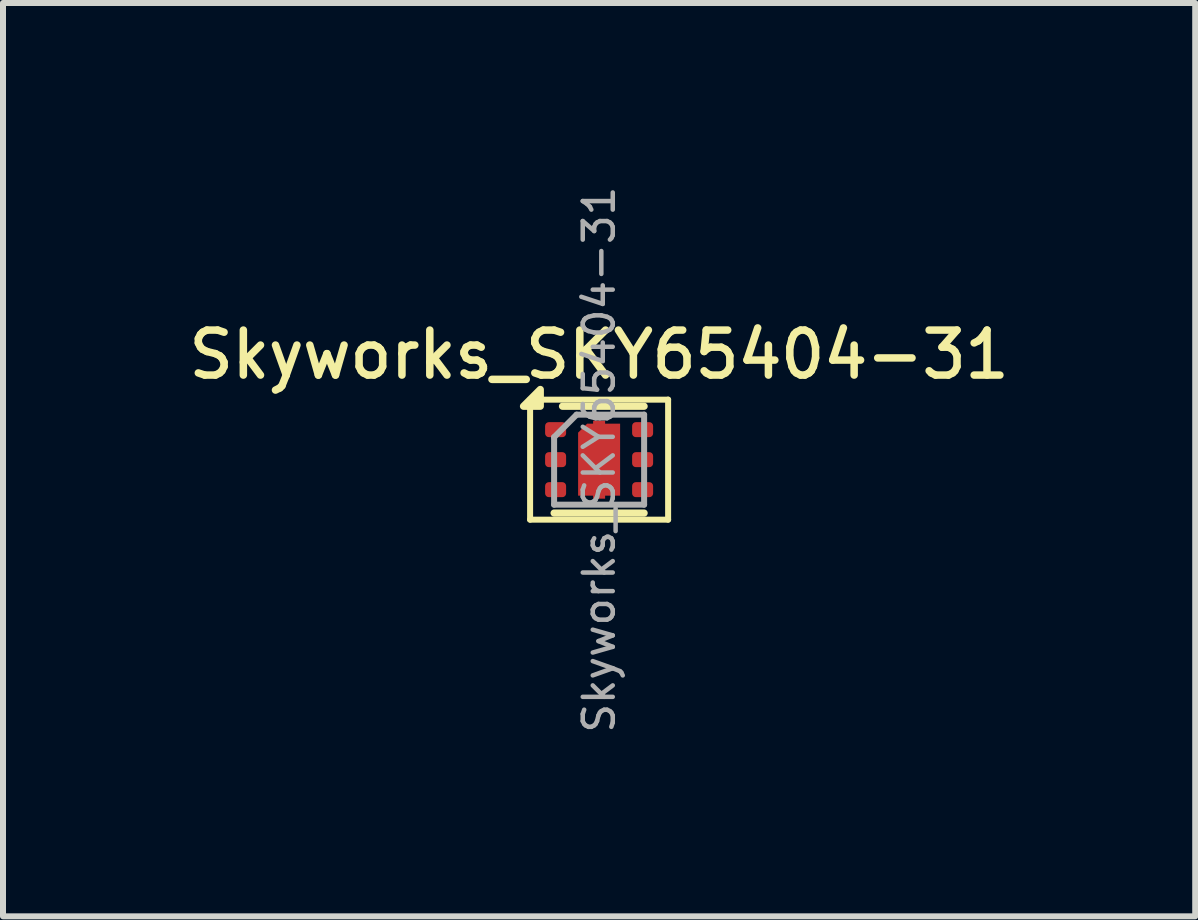
<source format=kicad_pcb>
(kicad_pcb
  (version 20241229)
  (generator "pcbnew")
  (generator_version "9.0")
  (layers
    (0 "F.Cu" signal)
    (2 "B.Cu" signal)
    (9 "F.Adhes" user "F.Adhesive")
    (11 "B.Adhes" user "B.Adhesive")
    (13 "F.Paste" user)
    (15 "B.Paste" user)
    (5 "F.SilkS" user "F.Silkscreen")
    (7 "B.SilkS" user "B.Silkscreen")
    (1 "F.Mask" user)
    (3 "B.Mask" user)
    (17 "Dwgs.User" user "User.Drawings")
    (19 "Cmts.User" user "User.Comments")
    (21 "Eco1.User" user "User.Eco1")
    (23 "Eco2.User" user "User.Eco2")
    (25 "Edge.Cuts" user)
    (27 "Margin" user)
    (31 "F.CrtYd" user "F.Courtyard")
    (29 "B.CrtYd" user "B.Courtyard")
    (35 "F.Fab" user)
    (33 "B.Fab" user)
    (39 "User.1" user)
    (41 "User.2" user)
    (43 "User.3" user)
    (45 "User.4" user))
  (footprint "Skyworks_SKY65404-31"
    (layer "F.Cu")
    (at 6.934 4.61)
    (property "Reference" "Skyworks_SKY65404-31" (at 0 -1.75 0) (layer "F.SilkS") (effects (font (size 0.75 0.75) (thickness 0.125))))
    (attr smd)
    (fp_line (start -1.15 -1) (end 1.15 -1) (stroke (width 0.1) (type solid)) (layer "F.SilkS"))
    (fp_line (start -1.15 1) (end -1.15 -1) (stroke (width 0.1) (type solid)) (layer "F.SilkS"))
    (fp_line (start -0.75 0.89) (end 0.75 0.89) (stroke (width 0.12) (type solid)) (layer "F.SilkS"))
    (fp_line (start -0.61 -0.89) (end 0.75 -0.89) (stroke (width 0.12) (type solid)) (layer "F.SilkS"))
    (fp_line (start 1.15 -1) (end 1.15 1) (stroke (width 0.1) (type solid)) (layer "F.SilkS"))
    (fp_line (start 1.15 1) (end -1.15 1) (stroke (width 0.1) (type solid)) (layer "F.SilkS"))
    (fp_poly (pts (xy -0.98 -0.89) (xy -1.26 -0.89) (xy -0.98 -1.17) (xy -0.98 -0.89)) (stroke (width 0.12) (type solid)) (fill yes) (layer "F.SilkS"))
    (fp_line (start -0.75 -0.375) (end -0.375 -0.75) (stroke (width 0.1) (type solid)) (layer "F.Fab"))
    (fp_line (start -0.75 0.75) (end -0.75 -0.375) (stroke (width 0.1) (type solid)) (layer "F.Fab"))
    (fp_line (start -0.375 -0.75) (end 0.75 -0.75) (stroke (width 0.1) (type solid)) (layer "F.Fab"))
    (fp_line (start 0.75 -0.75) (end 0.75 0.75) (stroke (width 0.1) (type solid)) (layer "F.Fab"))
    (fp_line (start 0.75 0.75) (end -0.75 0.75) (stroke (width 0.1) (type solid)) (layer "F.Fab"))
    (fp_text user "${REFERENCE}" (at 0 0 270) (layer "F.Fab") (effects (font (size 0.5 0.5) (thickness 0.075))))
    (pad "1" smd roundrect (at -0.725 -0.5) (size 0.35 0.25) (layers "F.Cu" "F.Mask" "F.Paste") (roundrect_rratio 0.25))
    (pad "2" smd roundrect (at -0.725 0) (size 0.35 0.25) (layers "F.Cu" "F.Mask" "F.Paste") (roundrect_rratio 0.25))
    (pad "3" smd roundrect (at -0.725 0.5) (size 0.35 0.25) (layers "F.Cu" "F.Mask" "F.Paste") (roundrect_rratio 0.25))
    (pad "4" smd roundrect (at 0.725 0.5) (size 0.35 0.25) (layers "F.Cu" "F.Mask" "F.Paste") (roundrect_rratio 0.25))
    (pad "5" smd roundrect (at 0.725 0) (size 0.35 0.25) (layers "F.Cu" "F.Mask" "F.Paste") (roundrect_rratio 0.25))
    (pad "6" smd roundrect (at 0.725 -0.5) (size 0.35 0.25) (layers "F.Cu" "F.Mask" "F.Paste") (roundrect_rratio 0.25))
    (pad "7" smd custom (at 0 0) (size 0.35 0.25) (layers "F.Cu" "F.Mask" "F.Paste") (options (anchor rect)) (primitives (gr_poly (pts (xy 0.1 -0.6) (xy 0.35 -0.6) (xy 0.35 0.6) (xy 0.1 0.6) (xy 0.1 0.65) (xy -0.1 0.65) (xy -0.1 0.6) (xy -0.35 0.6) (xy -0.35 -0.45) (xy -0.2 -0.6) (xy -0.1 -0.6) (xy -0.1 -0.65) (xy 0.1 -0.65)) (width 0) (fill yes)))))
  (gr_rect
    (start -3 -3)
    (end 16.868 12.22)
    (stroke (width 0.1) (type default))
    (fill no)
    (layer "Edge.Cuts")))
</source>
